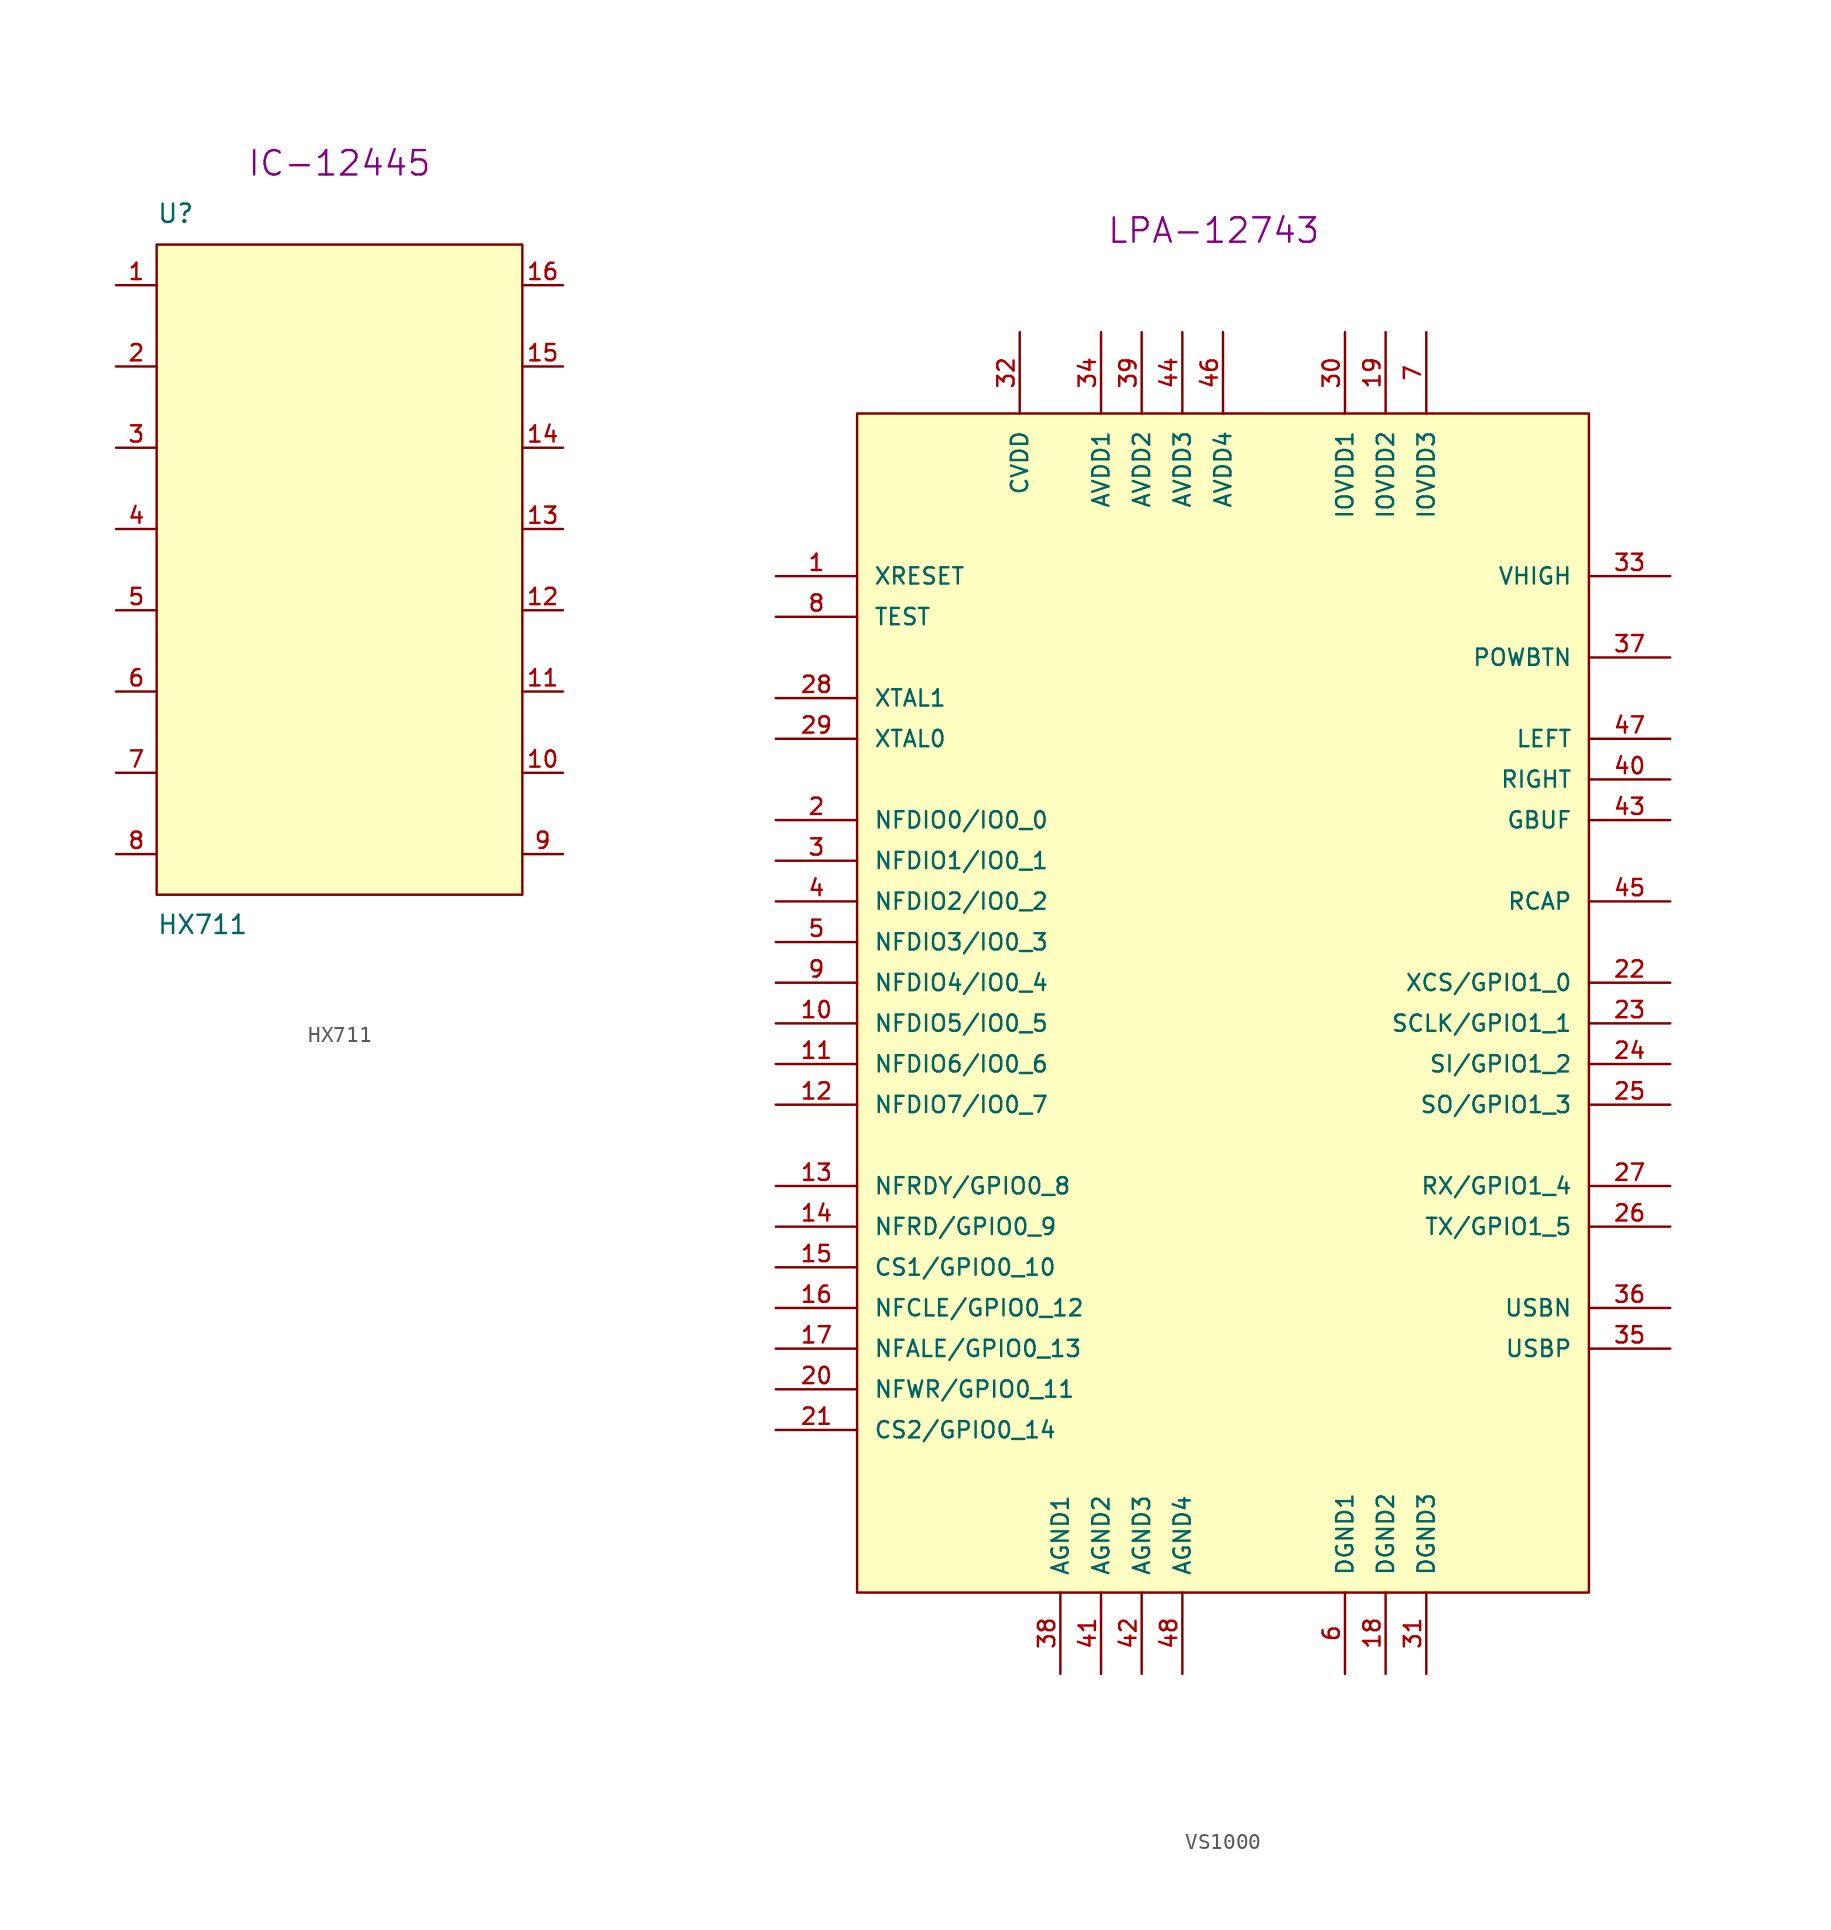
<source format=kicad_sym>
(kicad_symbol_lib
  (version 20220914)
  (generator kicad_symbol_editor)
  (symbol "HX711"
    (pin_names
      (offset 1.016) hide)
    (property "Reference" "U"
      (at -11.43 21.59 0)
      (effects (font (size 1.143 1.143)) (justify left bottom)))
    (property "Value" "HX711"
      (at -11.43 -22.86 0)
      (effects (font (size 1.143 1.143)) (justify left bottom)))
    (property "Field4" "IC-12445"
      (at 0 25.4 0)
      (effects (font (size 1.524 1.524))))
    (property "ki_locked" ""
      (at 0 0 0)
      (effects (font (size 1.27 1.27))))
    (symbol "HX711_1_1"
      (polyline (pts (xy -11.43 20.32) (xy 11.43 20.32) (xy 11.43 -20.32) (xy -11.43 -20.32) (xy -11.43 20.32)) (stroke (width 0) (type solid)) (fill (type background)))
      (pin bidirectional line (at -13.97 17.78 0) (length 2.54) (name "VSUP" (effects (font (size 1.016 1.016)))) (number "1" (effects (font (size 1.016 1.016)))))
      (pin bidirectional line (at 13.97 -12.7 180) (length 2.54) (name "INB+" (effects (font (size 1.016 1.016)))) (number "10" (effects (font (size 1.016 1.016)))))
      (pin bidirectional line (at 13.97 -7.62 180) (length 2.54) (name "PD_SCK" (effects (font (size 1.016 1.016)))) (number "11" (effects (font (size 1.016 1.016)))))
      (pin bidirectional line (at 13.97 -2.54 180) (length 2.54) (name "DOUT" (effects (font (size 1.016 1.016)))) (number "12" (effects (font (size 1.016 1.016)))))
      (pin bidirectional line (at 13.97 2.54 180) (length 2.54) (name "XO" (effects (font (size 1.016 1.016)))) (number "13" (effects (font (size 1.016 1.016)))))
      (pin bidirectional line (at 13.97 7.62 180) (length 2.54) (name "XI" (effects (font (size 1.016 1.016)))) (number "14" (effects (font (size 1.016 1.016)))))
      (pin bidirectional line (at 13.97 12.7 180) (length 2.54) (name "RATE" (effects (font (size 1.016 1.016)))) (number "15" (effects (font (size 1.016 1.016)))))
      (pin bidirectional line (at 13.97 17.78 180) (length 2.54) (name "DVDD" (effects (font (size 1.016 1.016)))) (number "16" (effects (font (size 1.016 1.016)))))
      (pin bidirectional line (at -13.97 12.7 0) (length 2.54) (name "BASE" (effects (font (size 1.016 1.016)))) (number "2" (effects (font (size 1.016 1.016)))))
      (pin bidirectional line (at -13.97 7.62 0) (length 2.54) (name "AVDD" (effects (font (size 1.016 1.016)))) (number "3" (effects (font (size 1.016 1.016)))))
      (pin bidirectional line (at -13.97 2.54 0) (length 2.54) (name "VFB" (effects (font (size 1.016 1.016)))) (number "4" (effects (font (size 1.016 1.016)))))
      (pin bidirectional line (at -13.97 -2.54 0) (length 2.54) (name "AGND" (effects (font (size 1.016 1.016)))) (number "5" (effects (font (size 1.016 1.016)))))
      (pin bidirectional line (at -13.97 -7.62 0) (length 2.54) (name "VBG" (effects (font (size 1.016 1.016)))) (number "6" (effects (font (size 1.016 1.016)))))
      (pin bidirectional line (at -13.97 -12.7 0) (length 2.54) (name "INA-" (effects (font (size 1.016 1.016)))) (number "7" (effects (font (size 1.016 1.016)))))
      (pin bidirectional line (at -13.97 -17.78 0) (length 2.54) (name "INA+" (effects (font (size 1.016 1.016)))) (number "8" (effects (font (size 1.016 1.016)))))
      (pin bidirectional line (at 13.97 -17.78 180) (length 2.54) (name "INB-" (effects (font (size 1.016 1.016)))) (number "9" (effects (font (size 1.016 1.016)))))))
  (symbol "VS1000"
    (pin_names
      (offset 1.016))
    (property "Reference" "M"
      (at -12.7 -5.08 0)
      (effects (font (size 1.143 1.143)) hide))
    (property "Field4" "LPA-12743 "
      (at 0 46.99 0)
      (effects (font (size 1.524 1.524))))
    (property "ki_locked" ""
      (at 0 0 0)
      (effects (font (size 1.27 1.27))))
    (symbol "VS1000_1_1"
      (polyline (pts (xy -22.86 -38.1) (xy -22.86 35.56) (xy 22.86 35.56) (xy 22.86 -38.1) (xy -22.86 -38.1)) (stroke (width 0) (type solid)) (fill (type background)))
      (pin bidirectional line (at -27.94 25.4 0) (length 5.08) (name "XRESET" (effects (font (size 1.016 1.016)))) (number "1" (effects (font (size 1.016 1.016)))))
      (pin bidirectional line (at -27.94 -2.54 0) (length 5.08) (name "NFDIO5/IO0_5" (effects (font (size 1.016 1.016)))) (number "10" (effects (font (size 1.016 1.016)))))
      (pin bidirectional line (at -27.94 -5.08 0) (length 5.08) (name "NFDIO6/IO0_6" (effects (font (size 1.016 1.016)))) (number "11" (effects (font (size 1.016 1.016)))))
      (pin bidirectional line (at -27.94 -7.62 0) (length 5.08) (name "NFDIO7/IO0_7" (effects (font (size 1.016 1.016)))) (number "12" (effects (font (size 1.016 1.016)))))
      (pin bidirectional line (at -27.94 -12.7 0) (length 5.08) (name "NFRDY/GPIO0_8" (effects (font (size 1.016 1.016)))) (number "13" (effects (font (size 1.016 1.016)))))
      (pin bidirectional line (at -27.94 -15.24 0) (length 5.08) (name "NFRD/GPIO0_9" (effects (font (size 1.016 1.016)))) (number "14" (effects (font (size 1.016 1.016)))))
      (pin bidirectional line (at -27.94 -17.78 0) (length 5.08) (name "CS1/GPIO0_10" (effects (font (size 1.016 1.016)))) (number "15" (effects (font (size 1.016 1.016)))))
      (pin bidirectional line (at -27.94 -20.32 0) (length 5.08) (name "NFCLE/GPIO0_12" (effects (font (size 1.016 1.016)))) (number "16" (effects (font (size 1.016 1.016)))))
      (pin bidirectional line (at -27.94 -22.86 0) (length 5.08) (name "NFALE/GPIO0_13" (effects (font (size 1.016 1.016)))) (number "17" (effects (font (size 1.016 1.016)))))
      (pin bidirectional line (at 10.16 -43.18 90) (length 5.08) (name "DGND2" (effects (font (size 1.016 1.016)))) (number "18" (effects (font (size 1.016 1.016)))))
      (pin bidirectional line (at 10.16 40.64 270) (length 5.08) (name "IOVDD2" (effects (font (size 1.016 1.016)))) (number "19" (effects (font (size 1.016 1.016)))))
      (pin bidirectional line (at -27.94 10.16 0) (length 5.08) (name "NFDIO0/IO0_0" (effects (font (size 1.016 1.016)))) (number "2" (effects (font (size 1.016 1.016)))))
      (pin bidirectional line (at -27.94 -25.4 0) (length 5.08) (name "NFWR/GPIO0_11" (effects (font (size 1.016 1.016)))) (number "20" (effects (font (size 1.016 1.016)))))
      (pin bidirectional line (at -27.94 -27.94 0) (length 5.08) (name "CS2/GPIO0_14" (effects (font (size 1.016 1.016)))) (number "21" (effects (font (size 1.016 1.016)))))
      (pin bidirectional line (at 27.94 0 180) (length 5.08) (name "XCS/GPIO1_0" (effects (font (size 1.016 1.016)))) (number "22" (effects (font (size 1.016 1.016)))))
      (pin bidirectional line (at 27.94 -2.54 180) (length 5.08) (name "SCLK/GPIO1_1" (effects (font (size 1.016 1.016)))) (number "23" (effects (font (size 1.016 1.016)))))
      (pin bidirectional line (at 27.94 -5.08 180) (length 5.08) (name "SI/GPIO1_2" (effects (font (size 1.016 1.016)))) (number "24" (effects (font (size 1.016 1.016)))))
      (pin bidirectional line (at 27.94 -7.62 180) (length 5.08) (name "SO/GPIO1_3" (effects (font (size 1.016 1.016)))) (number "25" (effects (font (size 1.016 1.016)))))
      (pin bidirectional line (at 27.94 -15.24 180) (length 5.08) (name "TX/GPIO1_5" (effects (font (size 1.016 1.016)))) (number "26" (effects (font (size 1.016 1.016)))))
      (pin bidirectional line (at 27.94 -12.7 180) (length 5.08) (name "RX/GPIO1_4" (effects (font (size 1.016 1.016)))) (number "27" (effects (font (size 1.016 1.016)))))
      (pin bidirectional line (at -27.94 17.78 0) (length 5.08) (name "XTAL1" (effects (font (size 1.016 1.016)))) (number "28" (effects (font (size 1.016 1.016)))))
      (pin bidirectional line (at -27.94 15.24 0) (length 5.08) (name "XTAL0" (effects (font (size 1.016 1.016)))) (number "29" (effects (font (size 1.016 1.016)))))
      (pin bidirectional line (at -27.94 7.62 0) (length 5.08) (name "NFDIO1/IO0_1" (effects (font (size 1.016 1.016)))) (number "3" (effects (font (size 1.016 1.016)))))
      (pin bidirectional line (at 7.62 40.64 270) (length 5.08) (name "IOVDD1" (effects (font (size 1.016 1.016)))) (number "30" (effects (font (size 1.016 1.016)))))
      (pin bidirectional line (at 12.7 -43.18 90) (length 5.08) (name "DGND3" (effects (font (size 1.016 1.016)))) (number "31" (effects (font (size 1.016 1.016)))))
      (pin bidirectional line (at -12.7 40.64 270) (length 5.08) (name "CVDD" (effects (font (size 1.016 1.016)))) (number "32" (effects (font (size 1.016 1.016)))))
      (pin bidirectional line (at 27.94 25.4 180) (length 5.08) (name "VHIGH" (effects (font (size 1.016 1.016)))) (number "33" (effects (font (size 1.016 1.016)))))
      (pin bidirectional line (at -7.62 40.64 270) (length 5.08) (name "AVDD1" (effects (font (size 1.016 1.016)))) (number "34" (effects (font (size 1.016 1.016)))))
      (pin bidirectional line (at 27.94 -22.86 180) (length 5.08) (name "USBP" (effects (font (size 1.016 1.016)))) (number "35" (effects (font (size 1.016 1.016)))))
      (pin bidirectional line (at 27.94 -20.32 180) (length 5.08) (name "USBN" (effects (font (size 1.016 1.016)))) (number "36" (effects (font (size 1.016 1.016)))))
      (pin bidirectional line (at 27.94 20.32 180) (length 5.08) (name "POWBTN" (effects (font (size 1.016 1.016)))) (number "37" (effects (font (size 1.016 1.016)))))
      (pin bidirectional line (at -10.16 -43.18 90) (length 5.08) (name "AGND1" (effects (font (size 1.016 1.016)))) (number "38" (effects (font (size 1.016 1.016)))))
      (pin bidirectional line (at -5.08 40.64 270) (length 5.08) (name "AVDD2" (effects (font (size 1.016 1.016)))) (number "39" (effects (font (size 1.016 1.016)))))
      (pin bidirectional line (at -27.94 5.08 0) (length 5.08) (name "NFDIO2/IO0_2" (effects (font (size 1.016 1.016)))) (number "4" (effects (font (size 1.016 1.016)))))
      (pin bidirectional line (at 27.94 12.7 180) (length 5.08) (name "RIGHT" (effects (font (size 1.016 1.016)))) (number "40" (effects (font (size 1.016 1.016)))))
      (pin bidirectional line (at -7.62 -43.18 90) (length 5.08) (name "AGND2" (effects (font (size 1.016 1.016)))) (number "41" (effects (font (size 1.016 1.016)))))
      (pin bidirectional line (at -5.08 -43.18 90) (length 5.08) (name "AGND3" (effects (font (size 1.016 1.016)))) (number "42" (effects (font (size 1.016 1.016)))))
      (pin bidirectional line (at 27.94 10.16 180) (length 5.08) (name "GBUF" (effects (font (size 1.016 1.016)))) (number "43" (effects (font (size 1.016 1.016)))))
      (pin bidirectional line (at -2.54 40.64 270) (length 5.08) (name "AVDD3" (effects (font (size 1.016 1.016)))) (number "44" (effects (font (size 1.016 1.016)))))
      (pin bidirectional line (at 27.94 5.08 180) (length 5.08) (name "RCAP" (effects (font (size 1.016 1.016)))) (number "45" (effects (font (size 1.016 1.016)))))
      (pin bidirectional line (at 0 40.64 270) (length 5.08) (name "AVDD4" (effects (font (size 1.016 1.016)))) (number "46" (effects (font (size 1.016 1.016)))))
      (pin bidirectional line (at 27.94 15.24 180) (length 5.08) (name "LEFT" (effects (font (size 1.016 1.016)))) (number "47" (effects (font (size 1.016 1.016)))))
      (pin bidirectional line (at -2.54 -43.18 90) (length 5.08) (name "AGND4" (effects (font (size 1.016 1.016)))) (number "48" (effects (font (size 1.016 1.016)))))
      (pin bidirectional line (at -27.94 2.54 0) (length 5.08) (name "NFDIO3/IO0_3" (effects (font (size 1.016 1.016)))) (number "5" (effects (font (size 1.016 1.016)))))
      (pin bidirectional line (at 7.62 -43.18 90) (length 5.08) (name "DGND1" (effects (font (size 1.016 1.016)))) (number "6" (effects (font (size 1.016 1.016)))))
      (pin bidirectional line (at 12.7 40.64 270) (length 5.08) (name "IOVDD3" (effects (font (size 1.016 1.016)))) (number "7" (effects (font (size 1.016 1.016)))))
      (pin bidirectional line (at -27.94 22.86 0) (length 5.08) (name "TEST" (effects (font (size 1.016 1.016)))) (number "8" (effects (font (size 1.016 1.016)))))
      (pin bidirectional line (at -27.94 0 0) (length 5.08) (name "NFDIO4/IO0_4" (effects (font (size 1.016 1.016)))) (number "9" (effects (font (size 1.016 1.016))))))))
</source>
